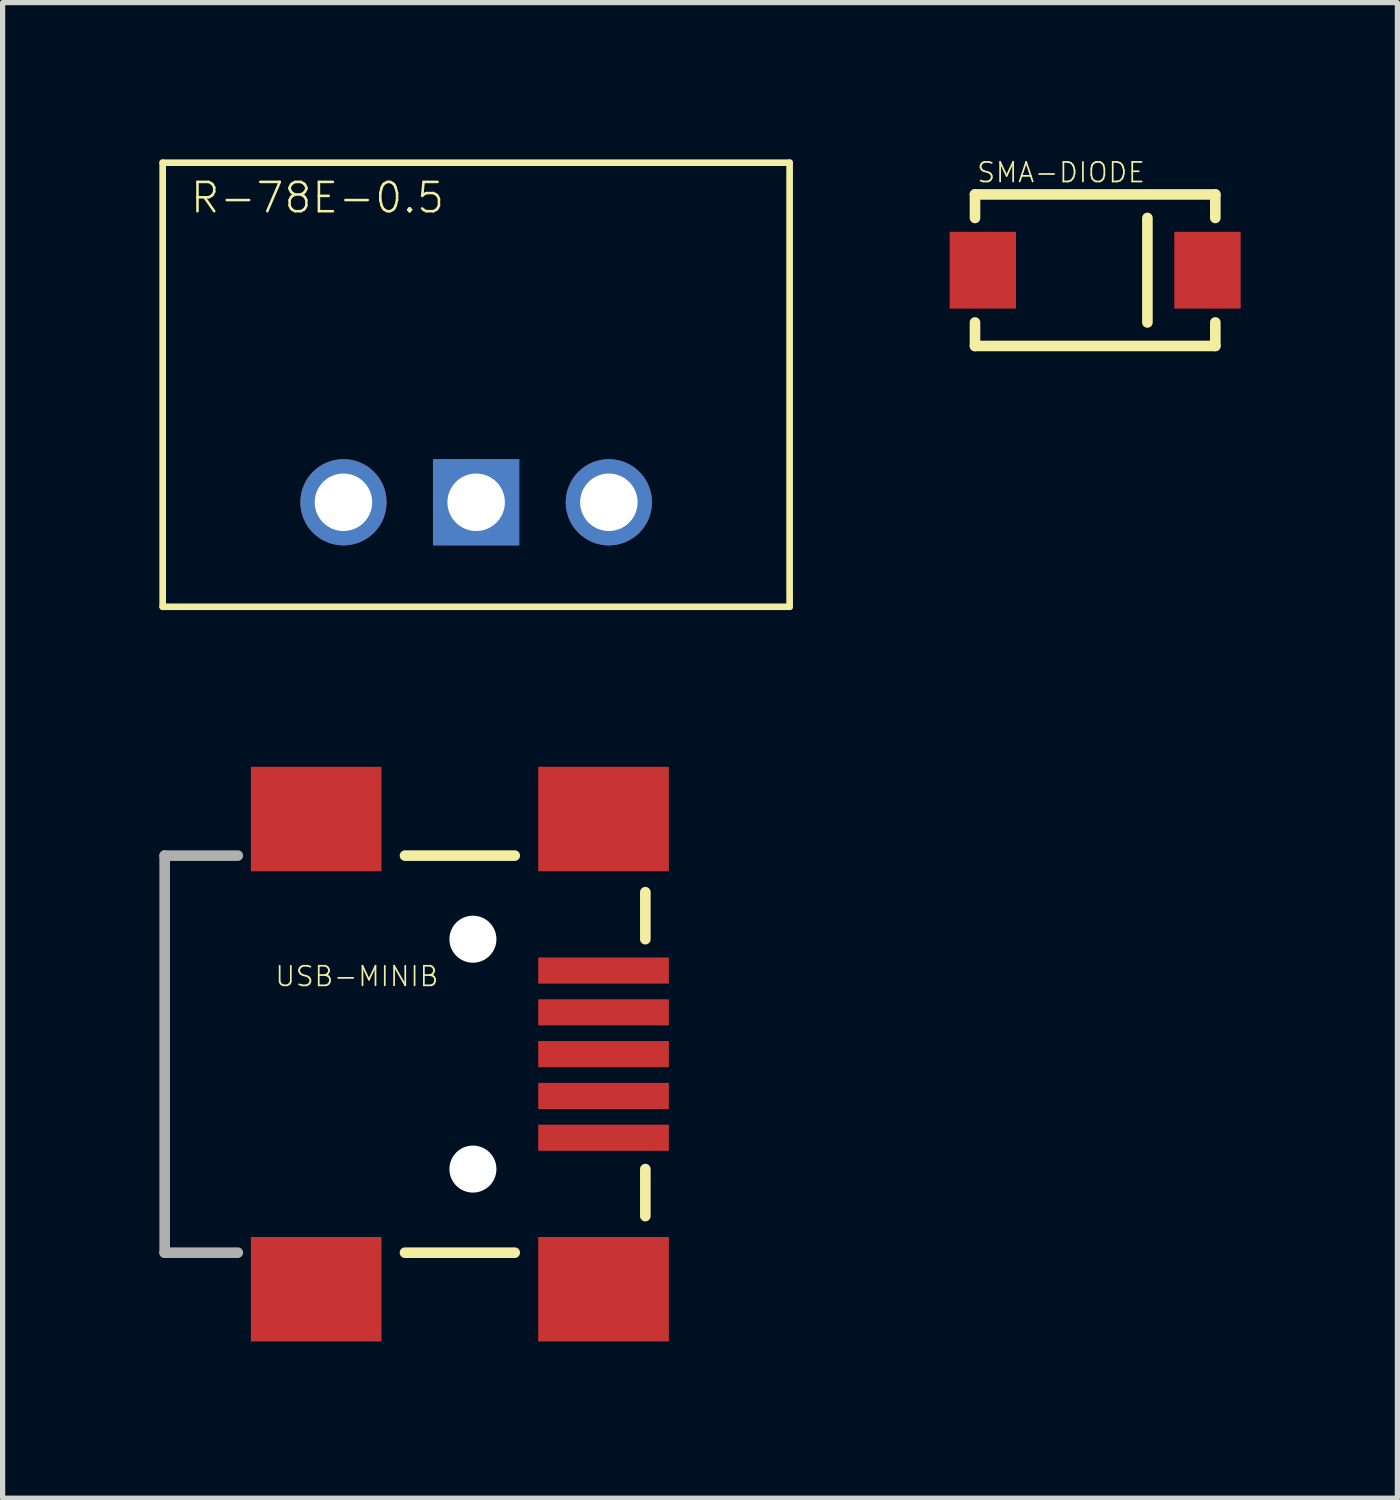
<source format=kicad_pcb>
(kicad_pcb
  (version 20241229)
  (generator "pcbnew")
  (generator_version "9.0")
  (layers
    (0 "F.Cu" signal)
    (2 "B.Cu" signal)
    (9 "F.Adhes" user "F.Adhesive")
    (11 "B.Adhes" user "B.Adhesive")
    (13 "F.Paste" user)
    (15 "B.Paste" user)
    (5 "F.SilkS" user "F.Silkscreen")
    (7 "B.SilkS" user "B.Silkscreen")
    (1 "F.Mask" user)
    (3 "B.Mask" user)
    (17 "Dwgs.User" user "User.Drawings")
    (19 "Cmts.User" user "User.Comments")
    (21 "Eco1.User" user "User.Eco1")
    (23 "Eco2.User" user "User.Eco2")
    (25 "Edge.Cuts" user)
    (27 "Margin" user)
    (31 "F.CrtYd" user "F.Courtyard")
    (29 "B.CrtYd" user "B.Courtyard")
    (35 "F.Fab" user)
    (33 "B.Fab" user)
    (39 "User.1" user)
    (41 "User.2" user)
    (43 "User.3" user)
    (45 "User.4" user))
  (footprint "USB-MINIB"
    (layer "F.Cu")
    (at 6.002 17.127)
    (property "Reference" "USB-MINIB" (at -3.81 -1.27 0) (unlocked yes) (layer "F.SilkS") (effects (font (size 0.374 0.374) (thickness 0.033)) (justify left bottom)))
    (fp_line (start -1.3 -3.8) (end 0.8 -3.8) (stroke (width 0.203) (type solid)) (layer "F.SilkS"))
    (fp_line (start 0.8 3.8) (end -1.3 3.8) (stroke (width 0.203) (type solid)) (layer "F.SilkS"))
    (fp_line (start 3.3 -3.1) (end 3.3 -2.2) (stroke (width 0.203) (type solid)) (layer "F.SilkS"))
    (fp_line (start 3.3 2.2) (end 3.3 3.1) (stroke (width 0.203) (type solid)) (layer "F.SilkS"))
    (fp_line (start -5.9 -3.8) (end -5.9 3.8) (stroke (width 0.203) (type solid)) (layer "F.Fab"))
    (fp_line (start -5.9 -3.8) (end -4.5 -3.8) (stroke (width 0.203) (type solid)) (layer "F.Fab"))
    (fp_line (start -5.9 3.8) (end -4.5 3.8) (stroke (width 0.203) (type solid)) (layer "F.Fab"))
    (pad "" np_thru_hole circle (at 0 -2.2) (size 0.9 0.9) (drill 0.9) (layers "*.Cu" "*.Mask"))
    (pad "" np_thru_hole circle (at 0 2.2) (size 0.9 0.9) (drill 0.9) (layers "*.Cu" "*.Mask"))
    (pad "D+" smd rect (at 2.5 0) (size 2.5 0.5) (layers "F.Cu" "F.Mask" "F.Paste"))
    (pad "D-" smd rect (at 2.5 -0.8) (size 2.5 0.5) (layers "F.Cu" "F.Mask" "F.Paste"))
    (pad "GND" smd rect (at 2.5 1.6) (size 2.5 0.5) (layers "F.Cu" "F.Mask" "F.Paste"))
    (pad "ID" smd rect (at 2.5 0.8) (size 2.5 0.5) (layers "F.Cu" "F.Mask" "F.Paste"))
    (pad "MTN1" smd rect (at -3 -4.5) (size 2.5 2) (layers "F.Cu" "F.Mask" "F.Paste"))
    (pad "MTN2" smd rect (at 2.5 -4.5) (size 2.5 2) (layers "F.Cu" "F.Mask" "F.Paste"))
    (pad "MTN3" smd rect (at -3 4.5) (size 2.5 2) (layers "F.Cu" "F.Mask" "F.Paste"))
    (pad "MTN4" smd rect (at 2.5 4.5) (size 2.5 2) (layers "F.Cu" "F.Mask" "F.Paste"))
    (pad "VBUS" smd rect (at 2.5 -1.6) (size 2.5 0.5) (layers "F.Cu" "F.Mask" "F.Paste")))
  (footprint "R-78E-0.5"
    (layer "F.Cu")
    (at 6.064 6.564)
    (property "Reference" "R-78E-0.5" (at -5.5 -5.5 0) (unlocked yes) (layer "F.SilkS") (effects (font (size 0.561 0.561) (thickness 0.049)) (justify left bottom)))
    (fp_line (start -6 -6.5) (end -6 2) (stroke (width 0.127) (type solid)) (layer "F.SilkS"))
    (fp_line (start -6 2) (end 6 2) (stroke (width 0.127) (type solid)) (layer "F.SilkS"))
    (fp_line (start 6 -6.5) (end -6 -6.5) (stroke (width 0.127) (type solid)) (layer "F.SilkS"))
    (fp_line (start 6 2) (end 6 -6.5) (stroke (width 0.127) (type solid)) (layer "F.SilkS"))
    (pad "GND" thru_hole rect (at 0 0) (size 1.65 1.65) (drill 1.1) (layers "*.Cu" "*.Mask"))
    (pad "VIN" thru_hole circle (at -2.54 0) (size 1.65 1.65) (drill 1.1) (layers "*.Cu" "*.Mask"))
    (pad "VOUT" thru_hole circle (at 2.54 0) (size 1.65 1.65) (drill 1.1) (layers "*.Cu" "*.Mask")))
  (footprint "SMA-DIODE"
    (layer "F.Cu")
    (at 17.912 2.122)
    (property "Reference" "SMA-DIODE" (at -2.286 -1.651 0) (unlocked yes) (layer "F.SilkS") (effects (font (size 0.374 0.374) (thickness 0.033)) (justify left bottom)))
    (fp_line (start -2.3 -1.45) (end 2.3 -1.45) (stroke (width 0.203) (type solid)) (layer "F.SilkS"))
    (fp_line (start -2.3 -1) (end -2.3 -1.45) (stroke (width 0.203) (type solid)) (layer "F.SilkS"))
    (fp_line (start -2.3 1.45) (end -2.3 1) (stroke (width 0.203) (type solid)) (layer "F.SilkS"))
    (fp_line (start 1 -1) (end 1 1) (stroke (width 0.203) (type solid)) (layer "F.SilkS"))
    (fp_line (start 2.3 -1.45) (end 2.3 -1) (stroke (width 0.203) (type solid)) (layer "F.SilkS"))
    (fp_line (start 2.3 1) (end 2.3 1.45) (stroke (width 0.203) (type solid)) (layer "F.SilkS"))
    (fp_line (start 2.3 1.45) (end -2.3 1.45) (stroke (width 0.203) (type solid)) (layer "F.SilkS"))
    (pad "A" smd rect (at -2.15 0 180) (size 1.27 1.47) (layers "F.Cu" "F.Mask" "F.Paste"))
    (pad "C" smd rect (at 2.15 0) (size 1.27 1.47) (layers "F.Cu" "F.Mask" "F.Paste")))
  (gr_rect
    (start -3 -3)
    (end 23.697 25.627)
    (stroke (width 0.1) (type default))
    (fill no)
    (layer "Edge.Cuts")))
</source>
